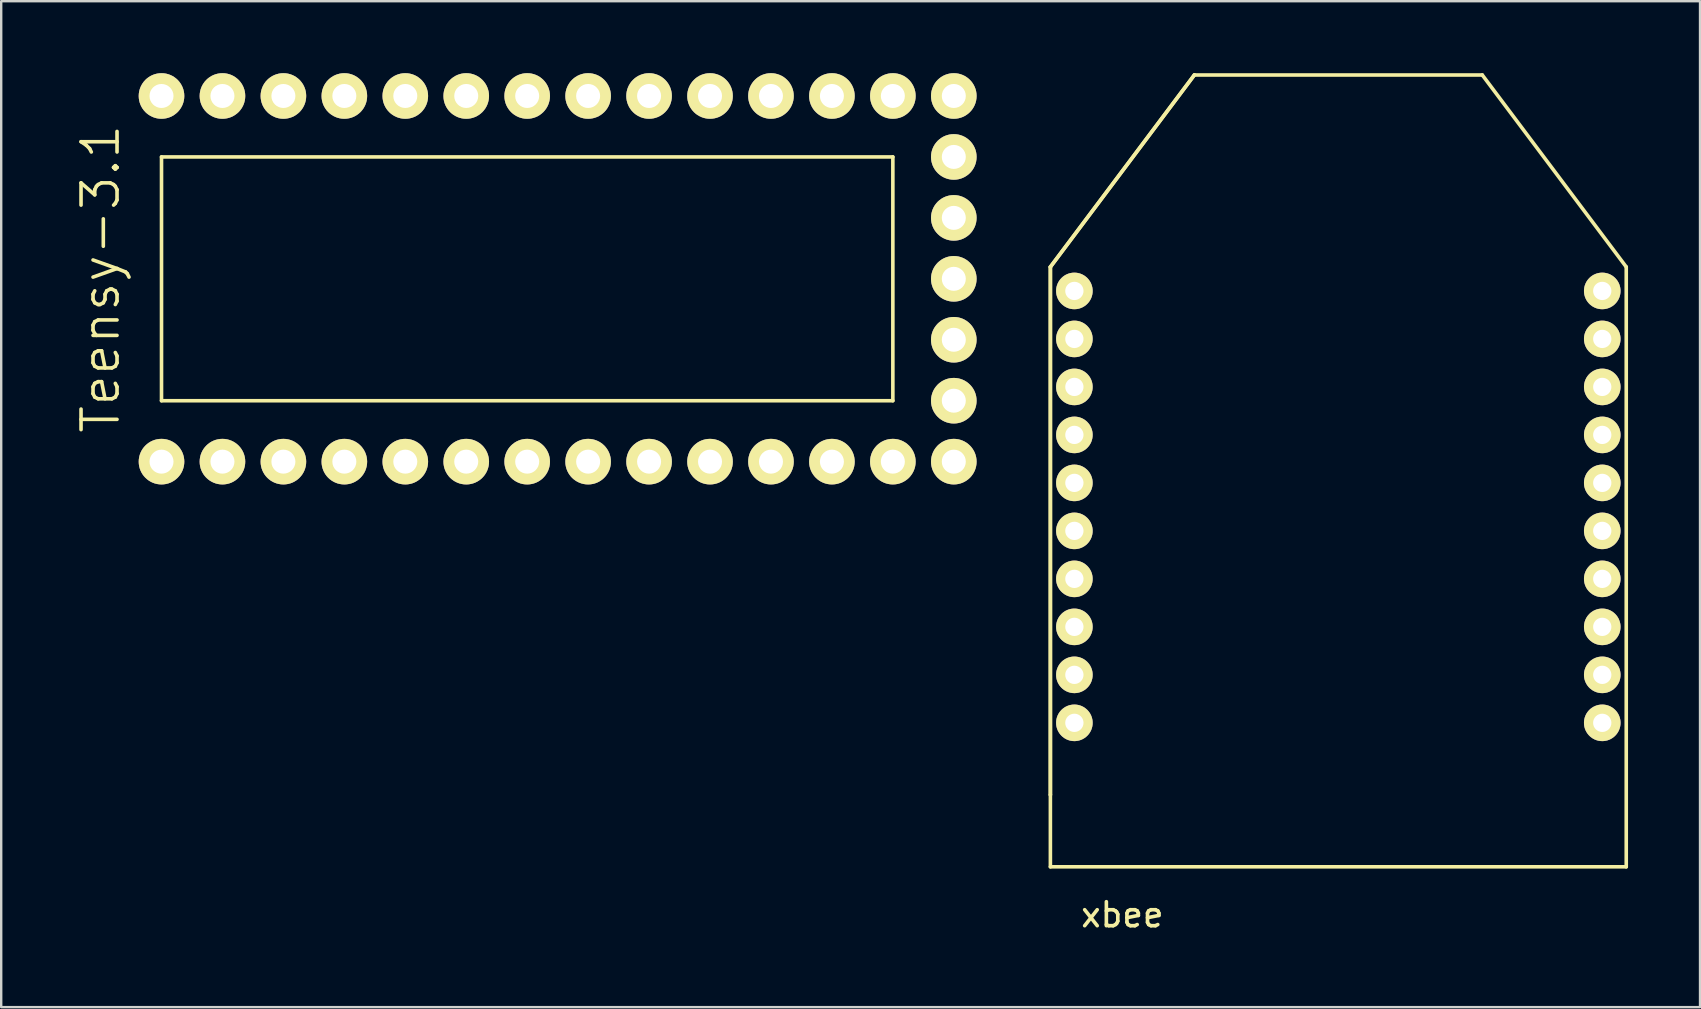
<source format=kicad_pcb>
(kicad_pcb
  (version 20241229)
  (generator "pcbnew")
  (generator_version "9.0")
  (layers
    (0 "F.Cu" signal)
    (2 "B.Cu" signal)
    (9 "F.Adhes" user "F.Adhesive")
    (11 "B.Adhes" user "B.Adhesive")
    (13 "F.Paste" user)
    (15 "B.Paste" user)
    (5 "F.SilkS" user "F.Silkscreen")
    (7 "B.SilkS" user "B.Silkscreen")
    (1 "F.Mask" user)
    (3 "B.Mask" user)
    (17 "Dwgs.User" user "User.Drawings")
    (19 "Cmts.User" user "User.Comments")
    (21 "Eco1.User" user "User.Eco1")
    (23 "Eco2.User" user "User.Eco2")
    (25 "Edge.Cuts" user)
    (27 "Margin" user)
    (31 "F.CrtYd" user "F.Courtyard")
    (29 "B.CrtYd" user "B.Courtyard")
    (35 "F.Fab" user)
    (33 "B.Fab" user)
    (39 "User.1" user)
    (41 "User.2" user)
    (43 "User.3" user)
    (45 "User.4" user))
  (footprint "xbee"
    (layer "F.Cu")
    (at 52.726 16.075)
    (property "Reference" "xbee" (at -9 19 0) (layer "F.SilkS") (effects (font (size 1 1) (thickness 0.15))))
    (attr through_hole)
    (fp_line (start -12 -8) (end -12 14) (stroke (width 0.15) (type solid)) (layer "F.SilkS"))
    (fp_line (start -12 -8) (end -6 -16) (stroke (width 0.15) (type solid)) (layer "F.SilkS"))
    (fp_line (start -12 14) (end -12 -8) (stroke (width 0.15) (type solid)) (layer "F.SilkS"))
    (fp_line (start -12 17) (end -12 14) (stroke (width 0.15) (type solid)) (layer "F.SilkS"))
    (fp_line (start -12 17) (end 12 17) (stroke (width 0.15) (type solid)) (layer "F.SilkS"))
    (fp_line (start -6 -16) (end -12 -8) (stroke (width 0.15) (type solid)) (layer "F.SilkS"))
    (fp_line (start -6 -16) (end 6 -16) (stroke (width 0.15) (type solid)) (layer "F.SilkS"))
    (fp_line (start 12 -8) (end 6 -16) (stroke (width 0.15) (type solid)) (layer "F.SilkS"))
    (fp_line (start 12 -8) (end 12 17) (stroke (width 0.15) (type solid)) (layer "F.SilkS"))
    (pad "1" thru_hole circle (at -11 -7) (size 1.524 1.524) (drill 0.762) (layers "*.Cu" "*.Mask" "F.SilkS"))
    (pad "2" thru_hole circle (at -11 -5) (size 1.524 1.524) (drill 0.762) (layers "*.Cu" "*.Mask" "F.SilkS"))
    (pad "3" thru_hole circle (at -11 -3) (size 1.524 1.524) (drill 0.762) (layers "*.Cu" "*.Mask" "F.SilkS"))
    (pad "4" thru_hole circle (at -11 -1) (size 1.524 1.524) (drill 0.762) (layers "*.Cu" "*.Mask" "F.SilkS"))
    (pad "5" thru_hole circle (at -11 1) (size 1.524 1.524) (drill 0.762) (layers "*.Cu" "*.Mask" "F.SilkS"))
    (pad "6" thru_hole circle (at -11 3) (size 1.524 1.524) (drill 0.762) (layers "*.Cu" "*.Mask" "F.SilkS"))
    (pad "7" thru_hole circle (at -11 5) (size 1.524 1.524) (drill 0.762) (layers "*.Cu" "*.Mask" "F.SilkS"))
    (pad "8" thru_hole circle (at -11 7) (size 1.524 1.524) (drill 0.762) (layers "*.Cu" "*.Mask" "F.SilkS"))
    (pad "9" thru_hole circle (at -11 9) (size 1.524 1.524) (drill 0.762) (layers "*.Cu" "*.Mask" "F.SilkS"))
    (pad "10" thru_hole circle (at -11 11) (size 1.524 1.524) (drill 0.762) (layers "*.Cu" "*.Mask" "F.SilkS"))
    (pad "11" thru_hole circle (at 11 11) (size 1.524 1.524) (drill 0.762) (layers "*.Cu" "*.Mask" "F.SilkS"))
    (pad "12" thru_hole circle (at 11 9) (size 1.524 1.524) (drill 0.762) (layers "*.Cu" "*.Mask" "F.SilkS"))
    (pad "13" thru_hole circle (at 11 7) (size 1.524 1.524) (drill 0.762) (layers "*.Cu" "*.Mask" "F.SilkS"))
    (pad "14" thru_hole circle (at 11 5) (size 1.524 1.524) (drill 0.762) (layers "*.Cu" "*.Mask" "F.SilkS"))
    (pad "15" thru_hole circle (at 11 3) (size 1.524 1.524) (drill 0.762) (layers "*.Cu" "*.Mask" "F.SilkS"))
    (pad "16" thru_hole circle (at 11 1) (size 1.524 1.524) (drill 0.762) (layers "*.Cu" "*.Mask" "F.SilkS"))
    (pad "17" thru_hole circle (at 11 -1) (size 1.524 1.524) (drill 0.762) (layers "*.Cu" "*.Mask" "F.SilkS"))
    (pad "18" thru_hole circle (at 11 -3) (size 1.524 1.524) (drill 0.762) (layers "*.Cu" "*.Mask" "F.SilkS"))
    (pad "19" thru_hole circle (at 11 -5) (size 1.524 1.524) (drill 0.762) (layers "*.Cu" "*.Mask" "F.SilkS"))
    (pad "20" thru_hole circle (at 11 -7) (size 1.524 1.524) (drill 0.762) (layers "*.Cu" "*.Mask" "F.SilkS")))
  (footprint "Teensy-3.1"
    (layer "F.Cu")
    (at 6.221 16.19)
    (property "Reference" "Teensy-3.1" (at -5.08 -7.62 90) (layer "F.SilkS") (effects (font (size 1.5 1.5) (thickness 0.15))))
    (attr through_hole)
    (fp_line (start -2.54 -12.7) (end 27.94 -12.7) (stroke (width 0.15) (type solid)) (layer "F.SilkS"))
    (fp_line (start -2.54 -2.54) (end -2.54 -12.7) (stroke (width 0.15) (type solid)) (layer "F.SilkS"))
    (fp_line (start 27.94 -12.7) (end 27.94 -2.54) (stroke (width 0.15) (type solid)) (layer "F.SilkS"))
    (fp_line (start 27.94 -2.54) (end -2.54 -2.54) (stroke (width 0.15) (type solid)) (layer "F.SilkS"))
    (pad "1" thru_hole circle (at -2.54 0) (size 1.9 1.9) (drill 1) (layers "*.Cu" "*.Mask" "F.SilkS"))
    (pad "2" thru_hole circle (at 0 0) (size 1.9 1.9) (drill 1) (layers "*.Cu" "*.Mask" "F.SilkS"))
    (pad "3" thru_hole circle (at 2.54 0) (size 1.9 1.9) (drill 1) (layers "*.Cu" "*.Mask" "F.SilkS"))
    (pad "4" thru_hole circle (at 5.08 0) (size 1.9 1.9) (drill 1) (layers "*.Cu" "*.Mask" "F.SilkS"))
    (pad "5" thru_hole circle (at 7.62 0) (size 1.9 1.9) (drill 1) (layers "*.Cu" "*.Mask" "F.SilkS"))
    (pad "6" thru_hole circle (at 10.16 0) (size 1.9 1.9) (drill 1) (layers "*.Cu" "*.Mask" "F.SilkS"))
    (pad "7" thru_hole circle (at 12.7 0) (size 1.9 1.9) (drill 1) (layers "*.Cu" "*.Mask" "F.SilkS"))
    (pad "8" thru_hole circle (at 15.24 0) (size 1.9 1.9) (drill 1) (layers "*.Cu" "*.Mask" "F.SilkS"))
    (pad "9" thru_hole circle (at 17.78 0) (size 1.9 1.9) (drill 1) (layers "*.Cu" "*.Mask" "F.SilkS"))
    (pad "10" thru_hole circle (at 20.32 0) (size 1.9 1.9) (drill 1) (layers "*.Cu" "*.Mask" "F.SilkS"))
    (pad "11" thru_hole circle (at 22.86 0) (size 1.9 1.9) (drill 1) (layers "*.Cu" "*.Mask" "F.SilkS"))
    (pad "12" thru_hole circle (at 25.4 0) (size 1.9 1.9) (drill 1) (layers "*.Cu" "*.Mask" "F.SilkS"))
    (pad "13" thru_hole circle (at 27.94 0) (size 1.9 1.9) (drill 1) (layers "*.Cu" "*.Mask" "F.SilkS"))
    (pad "14" thru_hole circle (at 30.48 0) (size 1.9 1.9) (drill 1) (layers "*.Cu" "*.Mask" "F.SilkS"))
    (pad "15" thru_hole circle (at 30.48 -2.54) (size 1.9 1.9) (drill 1) (layers "*.Cu" "*.Mask" "F.SilkS"))
    (pad "16" thru_hole circle (at 30.48 -5.08) (size 1.9 1.9) (drill 1) (layers "*.Cu" "*.Mask" "F.SilkS"))
    (pad "17" thru_hole circle (at 30.48 -7.62) (size 1.9 1.9) (drill 1) (layers "*.Cu" "*.Mask" "F.SilkS"))
    (pad "18" thru_hole circle (at 30.48 -10.16) (size 1.9 1.9) (drill 1) (layers "*.Cu" "*.Mask" "F.SilkS"))
    (pad "19" thru_hole circle (at 30.48 -12.7) (size 1.9 1.9) (drill 1) (layers "*.Cu" "*.Mask" "F.SilkS"))
    (pad "20" thru_hole circle (at 30.48 -15.24) (size 1.9 1.9) (drill 1) (layers "*.Cu" "*.Mask" "F.SilkS"))
    (pad "21" thru_hole circle (at 27.94 -15.24) (size 1.9 1.9) (drill 1) (layers "*.Cu" "*.Mask" "F.SilkS"))
    (pad "22" thru_hole circle (at 25.4 -15.24) (size 1.9 1.9) (drill 1) (layers "*.Cu" "*.Mask" "F.SilkS"))
    (pad "23" thru_hole circle (at 22.86 -15.24) (size 1.9 1.9) (drill 1) (layers "*.Cu" "*.Mask" "F.SilkS"))
    (pad "24" thru_hole circle (at 20.32 -15.24) (size 1.9 1.9) (drill 1) (layers "*.Cu" "*.Mask" "F.SilkS"))
    (pad "25" thru_hole circle (at 17.78 -15.24) (size 1.9 1.9) (drill 1) (layers "*.Cu" "*.Mask" "F.SilkS"))
    (pad "26" thru_hole circle (at 15.24 -15.24) (size 1.9 1.9) (drill 1) (layers "*.Cu" "*.Mask" "F.SilkS"))
    (pad "27" thru_hole circle (at 12.7 -15.24) (size 1.9 1.9) (drill 1) (layers "*.Cu" "*.Mask" "F.SilkS"))
    (pad "28" thru_hole circle (at 10.16 -15.24) (size 1.9 1.9) (drill 1) (layers "*.Cu" "*.Mask" "F.SilkS"))
    (pad "29" thru_hole circle (at 7.62 -15.24) (size 1.9 1.9) (drill 1) (layers "*.Cu" "*.Mask" "F.SilkS"))
    (pad "30" thru_hole circle (at 5.08 -15.24) (size 1.9 1.9) (drill 1) (layers "*.Cu" "*.Mask" "F.SilkS"))
    (pad "31" thru_hole circle (at 2.54 -15.24) (size 1.9 1.9) (drill 1) (layers "*.Cu" "*.Mask" "F.SilkS"))
    (pad "32" thru_hole circle (at 0 -15.24) (size 1.9 1.9) (drill 1) (layers "*.Cu" "*.Mask" "F.SilkS"))
    (pad "33" thru_hole circle (at -2.54 -15.24) (size 1.9 1.9) (drill 1) (layers "*.Cu" "*.Mask" "F.SilkS")))
  (gr_rect
    (start -3 -3)
    (end 67.801 38.923)
    (stroke (width 0.1) (type default))
    (fill no)
    (layer "Edge.Cuts")))
</source>
